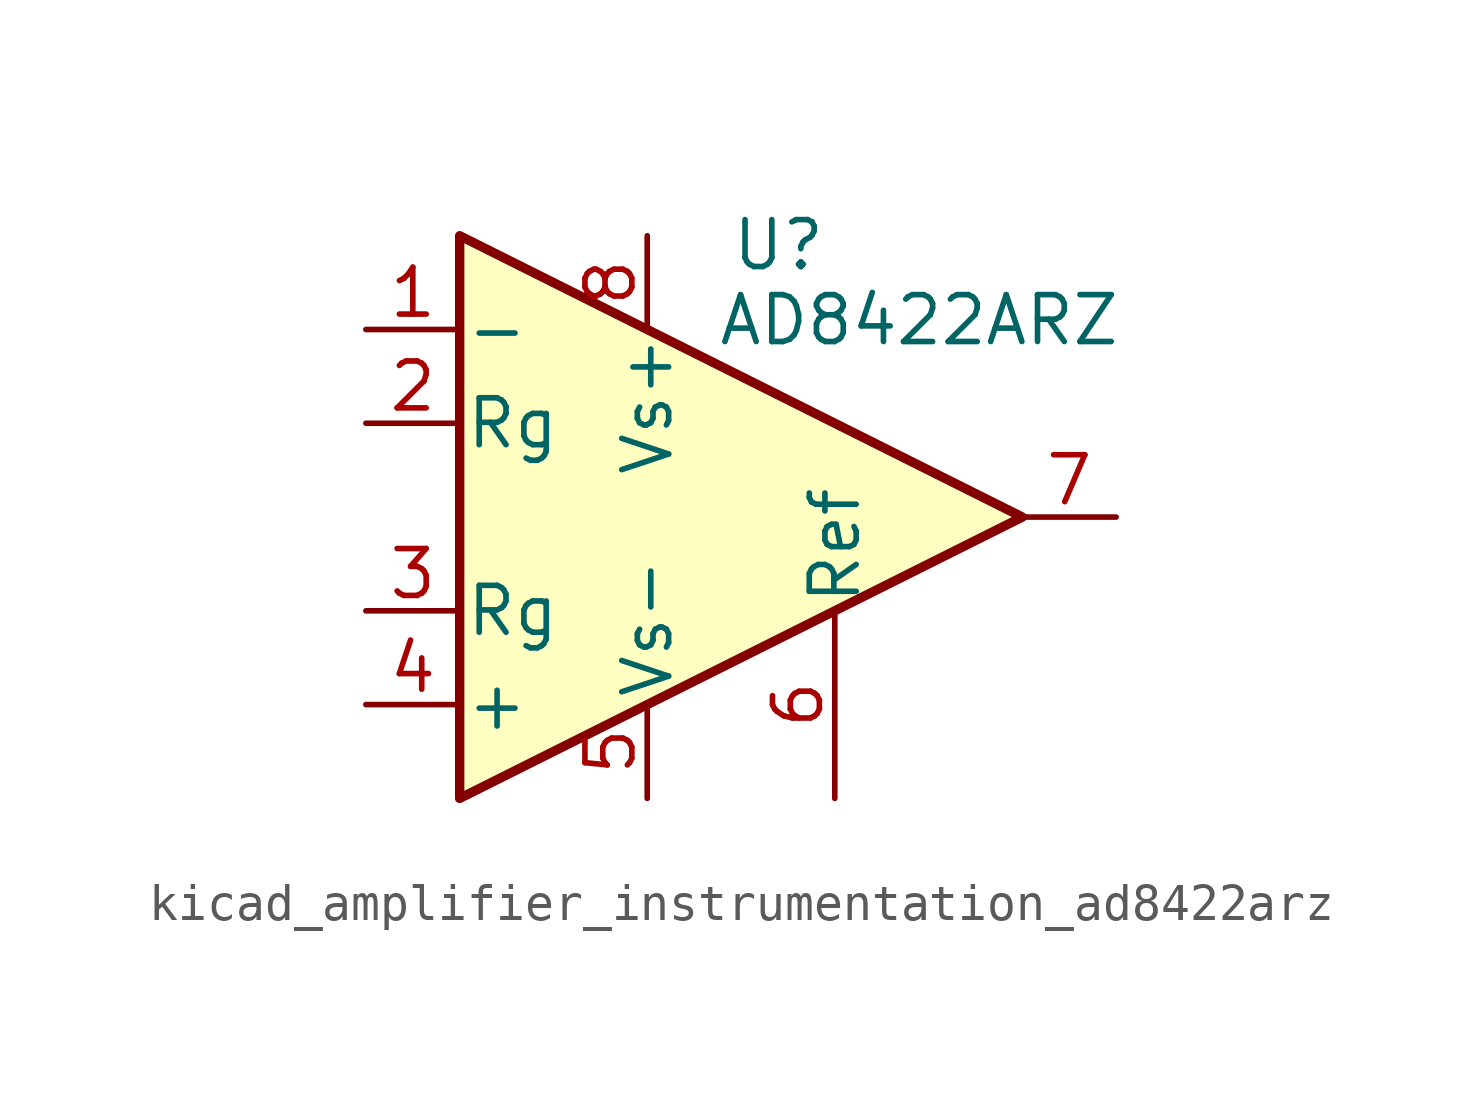
<source format=kicad_sym>
(kicad_symbol_lib
  (version 20220914)
  (generator kicad_symbol_editor)
  (symbol "kicad_amplifier_instrumentation_ad8422arz"
    (pin_names
      (offset 0.127))
    (property "Reference" "U"
      (at 3.556 7.366 0)
      (effects (font (size 1.27 1.27))))
    (property "Value" "AD8422ARZ"
      (at 7.366 5.334 0)
      (effects (font (size 1.27 1.27))))
    (symbol "kicad_amplifier_instrumentation_ad8422arz_0_1"
      (polyline (pts (xy -5.08 7.62) (xy -5.08 -7.62) (xy 10.16 0) (xy -5.08 7.62)) (stroke (width 0.254) (type default)) (fill (type background))))
    (symbol "kicad_amplifier_instrumentation_ad8422arz_1_1"
      (pin input line (at -7.62 5.08 0) (length 2.54) (name "-" (effects (font (size 1.27 1.27)))) (number "1" (effects (font (size 1.27 1.27)))))
      (pin passive line (at -7.62 2.54 0) (length 2.54) (name "Rg" (effects (font (size 1.27 1.27)))) (number "2" (effects (font (size 1.27 1.27)))))
      (pin passive line (at -7.62 -2.54 0) (length 2.54) (name "Rg" (effects (font (size 1.27 1.27)))) (number "3" (effects (font (size 1.27 1.27)))))
      (pin input line (at -7.62 -5.08 0) (length 2.54) (name "+" (effects (font (size 1.27 1.27)))) (number "4" (effects (font (size 1.27 1.27)))))
      (pin power_in line (at 0 -7.62 90) (length 2.54) (name "Vs-" (effects (font (size 1.27 1.27)))) (number "5" (effects (font (size 1.27 1.27)))))
      (pin passive line (at 5.08 -7.62 90) (length 5.08) (name "Ref" (effects (font (size 1.27 1.27)))) (number "6" (effects (font (size 1.27 1.27)))))
      (pin output line (at 12.7 0 180) (length 2.54) (name "~" (effects (font (size 1.27 1.27)))) (number "7" (effects (font (size 1.27 1.27)))))
      (pin power_in line (at 0 7.62 270) (length 2.54) (name "Vs+" (effects (font (size 1.27 1.27)))) (number "8" (effects (font (size 1.27 1.27))))))))
</source>
